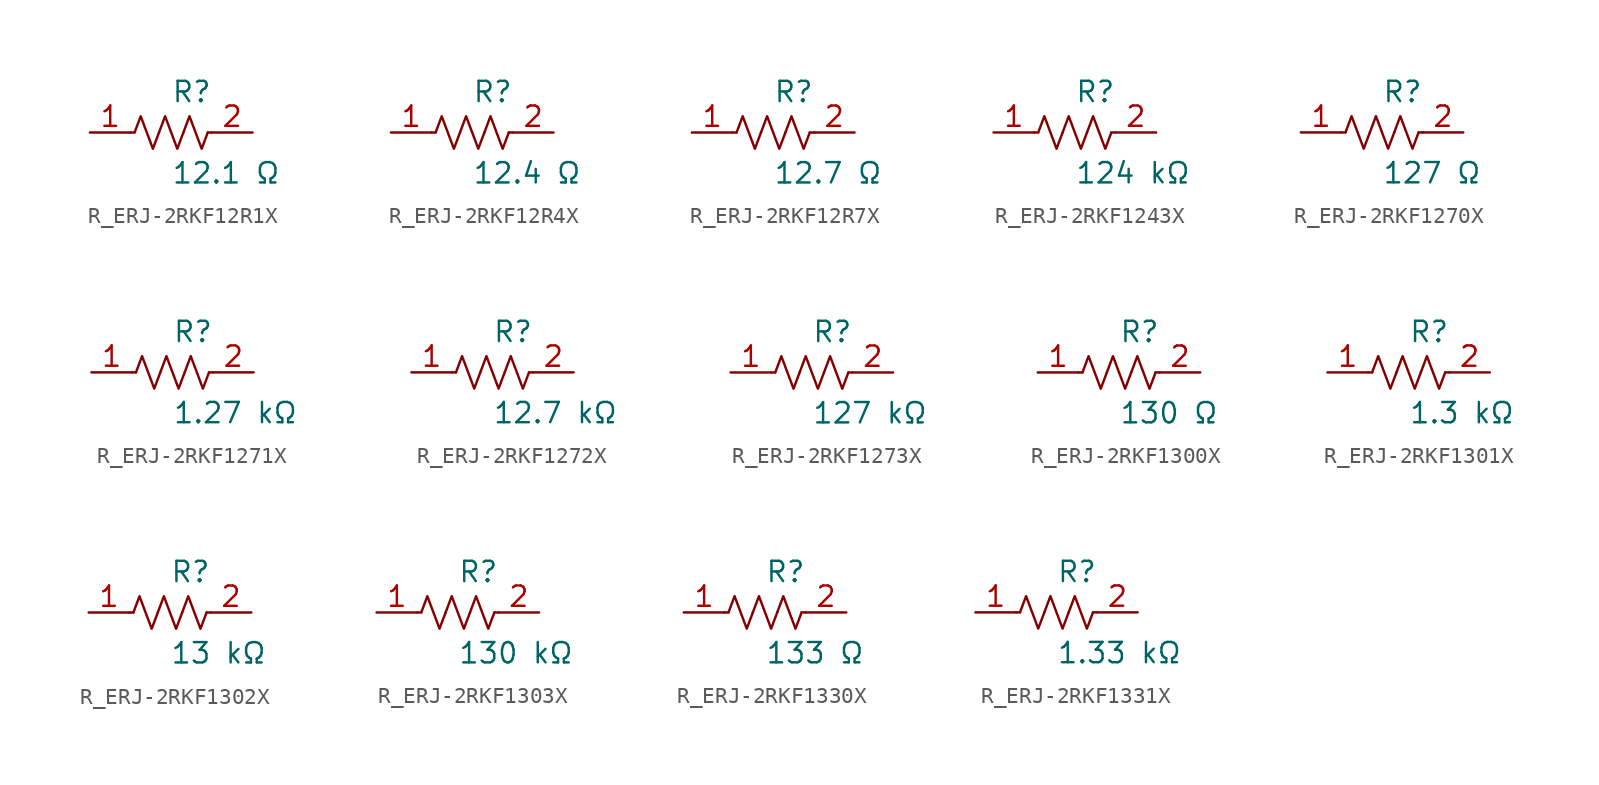
<source format=kicad_sym>
(kicad_symbol_lib
  (version 20231120)
  (generator kicad_symbol_editor)
  (generator_version 8.0)
  (symbol "R_ERJ-2RKF12R1X"
    (pin_names
      (offset 0.254))
    (property "Reference" "R"
      (at 0 2.54 0)
      (effects (font (size 1.27 1.27)) (justify left)))
    (property "Value" "12.1 Ω"
      (at 0 -2.54 0)
      (effects (font (size 1.27 1.27)) (justify left)))
    (symbol "R_ERJ-2RKF12R1X_0_1"
      (polyline (pts (xy 2.286 0) (xy 2.54 0)) (stroke (width 0) (type default)) (fill (type none)))
      (polyline (pts (xy -2.286 0) (xy -2.54 0)) (stroke (width 0) (type default)) (fill (type none)))
      (polyline (pts (xy 0.762 0) (xy 1.143 1.016) (xy 1.524 0) (xy 1.905 -1.016) (xy 2.286 0)) (stroke (width 0) (type default)) (fill (type none)))
      (polyline (pts (xy -0.762 0) (xy -0.381 1.016) (xy 0 0) (xy 0.381 -1.016) (xy 0.762 0)) (stroke (width 0) (type default)) (fill (type none)))
      (polyline (pts (xy -2.286 0) (xy -1.905 1.016) (xy -1.524 0) (xy -1.143 -1.016) (xy -0.762 0)) (stroke (width 0) (type default)) (fill (type none))))
    (pin unspecified line
      (at -5.08 0 0)
      (length 2.54)
      (name "" (effects (font (size 1.27 1.27))))
      (number "1" (effects (font (size 1.27 1.27)))))
    (pin unspecified line
      (at 5.08 0 180)
      (length 2.54)
      (name "" (effects (font (size 1.27 1.27))))
      (number "2" (effects (font (size 1.27 1.27))))))
  (symbol "R_ERJ-2RKF12R4X"
    (pin_names
      (offset 0.254))
    (property "Reference" "R"
      (at 0 2.54 0)
      (effects (font (size 1.27 1.27)) (justify left)))
    (property "Value" "12.4 Ω"
      (at 0 -2.54 0)
      (effects (font (size 1.27 1.27)) (justify left)))
    (symbol "R_ERJ-2RKF12R4X_0_1"
      (polyline (pts (xy 2.286 0) (xy 2.54 0)) (stroke (width 0) (type default)) (fill (type none)))
      (polyline (pts (xy -2.286 0) (xy -2.54 0)) (stroke (width 0) (type default)) (fill (type none)))
      (polyline (pts (xy 0.762 0) (xy 1.143 1.016) (xy 1.524 0) (xy 1.905 -1.016) (xy 2.286 0)) (stroke (width 0) (type default)) (fill (type none)))
      (polyline (pts (xy -0.762 0) (xy -0.381 1.016) (xy 0 0) (xy 0.381 -1.016) (xy 0.762 0)) (stroke (width 0) (type default)) (fill (type none)))
      (polyline (pts (xy -2.286 0) (xy -1.905 1.016) (xy -1.524 0) (xy -1.143 -1.016) (xy -0.762 0)) (stroke (width 0) (type default)) (fill (type none))))
    (pin unspecified line
      (at -5.08 0 0)
      (length 2.54)
      (name "" (effects (font (size 1.27 1.27))))
      (number "1" (effects (font (size 1.27 1.27)))))
    (pin unspecified line
      (at 5.08 0 180)
      (length 2.54)
      (name "" (effects (font (size 1.27 1.27))))
      (number "2" (effects (font (size 1.27 1.27))))))
  (symbol "R_ERJ-2RKF12R7X"
    (pin_names
      (offset 0.254))
    (property "Reference" "R"
      (at 0 2.54 0)
      (effects (font (size 1.27 1.27)) (justify left)))
    (property "Value" "12.7 Ω"
      (at 0 -2.54 0)
      (effects (font (size 1.27 1.27)) (justify left)))
    (symbol "R_ERJ-2RKF12R7X_0_1"
      (polyline (pts (xy 2.286 0) (xy 2.54 0)) (stroke (width 0) (type default)) (fill (type none)))
      (polyline (pts (xy -2.286 0) (xy -2.54 0)) (stroke (width 0) (type default)) (fill (type none)))
      (polyline (pts (xy 0.762 0) (xy 1.143 1.016) (xy 1.524 0) (xy 1.905 -1.016) (xy 2.286 0)) (stroke (width 0) (type default)) (fill (type none)))
      (polyline (pts (xy -0.762 0) (xy -0.381 1.016) (xy 0 0) (xy 0.381 -1.016) (xy 0.762 0)) (stroke (width 0) (type default)) (fill (type none)))
      (polyline (pts (xy -2.286 0) (xy -1.905 1.016) (xy -1.524 0) (xy -1.143 -1.016) (xy -0.762 0)) (stroke (width 0) (type default)) (fill (type none))))
    (pin unspecified line
      (at -5.08 0 0)
      (length 2.54)
      (name "" (effects (font (size 1.27 1.27))))
      (number "1" (effects (font (size 1.27 1.27)))))
    (pin unspecified line
      (at 5.08 0 180)
      (length 2.54)
      (name "" (effects (font (size 1.27 1.27))))
      (number "2" (effects (font (size 1.27 1.27))))))
  (symbol "R_ERJ-2RKF1243X"
    (pin_names
      (offset 0.254))
    (property "Reference" "R"
      (at 0 2.54 0)
      (effects (font (size 1.27 1.27)) (justify left)))
    (property "Value" "124 kΩ"
      (at 0 -2.54 0)
      (effects (font (size 1.27 1.27)) (justify left)))
    (symbol "R_ERJ-2RKF1243X_0_1"
      (polyline (pts (xy 2.286 0) (xy 2.54 0)) (stroke (width 0) (type default)) (fill (type none)))
      (polyline (pts (xy -2.286 0) (xy -2.54 0)) (stroke (width 0) (type default)) (fill (type none)))
      (polyline (pts (xy 0.762 0) (xy 1.143 1.016) (xy 1.524 0) (xy 1.905 -1.016) (xy 2.286 0)) (stroke (width 0) (type default)) (fill (type none)))
      (polyline (pts (xy -0.762 0) (xy -0.381 1.016) (xy 0 0) (xy 0.381 -1.016) (xy 0.762 0)) (stroke (width 0) (type default)) (fill (type none)))
      (polyline (pts (xy -2.286 0) (xy -1.905 1.016) (xy -1.524 0) (xy -1.143 -1.016) (xy -0.762 0)) (stroke (width 0) (type default)) (fill (type none))))
    (pin unspecified line
      (at -5.08 0 0)
      (length 2.54)
      (name "" (effects (font (size 1.27 1.27))))
      (number "1" (effects (font (size 1.27 1.27)))))
    (pin unspecified line
      (at 5.08 0 180)
      (length 2.54)
      (name "" (effects (font (size 1.27 1.27))))
      (number "2" (effects (font (size 1.27 1.27))))))
  (symbol "R_ERJ-2RKF1270X"
    (pin_names
      (offset 0.254))
    (property "Reference" "R"
      (at 0 2.54 0)
      (effects (font (size 1.27 1.27)) (justify left)))
    (property "Value" "127 Ω"
      (at 0 -2.54 0)
      (effects (font (size 1.27 1.27)) (justify left)))
    (symbol "R_ERJ-2RKF1270X_0_1"
      (polyline (pts (xy 2.286 0) (xy 2.54 0)) (stroke (width 0) (type default)) (fill (type none)))
      (polyline (pts (xy -2.286 0) (xy -2.54 0)) (stroke (width 0) (type default)) (fill (type none)))
      (polyline (pts (xy 0.762 0) (xy 1.143 1.016) (xy 1.524 0) (xy 1.905 -1.016) (xy 2.286 0)) (stroke (width 0) (type default)) (fill (type none)))
      (polyline (pts (xy -0.762 0) (xy -0.381 1.016) (xy 0 0) (xy 0.381 -1.016) (xy 0.762 0)) (stroke (width 0) (type default)) (fill (type none)))
      (polyline (pts (xy -2.286 0) (xy -1.905 1.016) (xy -1.524 0) (xy -1.143 -1.016) (xy -0.762 0)) (stroke (width 0) (type default)) (fill (type none))))
    (pin unspecified line
      (at -5.08 0 0)
      (length 2.54)
      (name "" (effects (font (size 1.27 1.27))))
      (number "1" (effects (font (size 1.27 1.27)))))
    (pin unspecified line
      (at 5.08 0 180)
      (length 2.54)
      (name "" (effects (font (size 1.27 1.27))))
      (number "2" (effects (font (size 1.27 1.27))))))
  (symbol "R_ERJ-2RKF1271X"
    (pin_names
      (offset 0.254))
    (property "Reference" "R"
      (at 0 2.54 0)
      (effects (font (size 1.27 1.27)) (justify left)))
    (property "Value" "1.27 kΩ"
      (at 0 -2.54 0)
      (effects (font (size 1.27 1.27)) (justify left)))
    (symbol "R_ERJ-2RKF1271X_0_1"
      (polyline (pts (xy 2.286 0) (xy 2.54 0)) (stroke (width 0) (type default)) (fill (type none)))
      (polyline (pts (xy -2.286 0) (xy -2.54 0)) (stroke (width 0) (type default)) (fill (type none)))
      (polyline (pts (xy 0.762 0) (xy 1.143 1.016) (xy 1.524 0) (xy 1.905 -1.016) (xy 2.286 0)) (stroke (width 0) (type default)) (fill (type none)))
      (polyline (pts (xy -0.762 0) (xy -0.381 1.016) (xy 0 0) (xy 0.381 -1.016) (xy 0.762 0)) (stroke (width 0) (type default)) (fill (type none)))
      (polyline (pts (xy -2.286 0) (xy -1.905 1.016) (xy -1.524 0) (xy -1.143 -1.016) (xy -0.762 0)) (stroke (width 0) (type default)) (fill (type none))))
    (pin unspecified line
      (at -5.08 0 0)
      (length 2.54)
      (name "" (effects (font (size 1.27 1.27))))
      (number "1" (effects (font (size 1.27 1.27)))))
    (pin unspecified line
      (at 5.08 0 180)
      (length 2.54)
      (name "" (effects (font (size 1.27 1.27))))
      (number "2" (effects (font (size 1.27 1.27))))))
  (symbol "R_ERJ-2RKF1272X"
    (pin_names
      (offset 0.254))
    (property "Reference" "R"
      (at 0 2.54 0)
      (effects (font (size 1.27 1.27)) (justify left)))
    (property "Value" "12.7 kΩ"
      (at 0 -2.54 0)
      (effects (font (size 1.27 1.27)) (justify left)))
    (symbol "R_ERJ-2RKF1272X_0_1"
      (polyline (pts (xy 2.286 0) (xy 2.54 0)) (stroke (width 0) (type default)) (fill (type none)))
      (polyline (pts (xy -2.286 0) (xy -2.54 0)) (stroke (width 0) (type default)) (fill (type none)))
      (polyline (pts (xy 0.762 0) (xy 1.143 1.016) (xy 1.524 0) (xy 1.905 -1.016) (xy 2.286 0)) (stroke (width 0) (type default)) (fill (type none)))
      (polyline (pts (xy -0.762 0) (xy -0.381 1.016) (xy 0 0) (xy 0.381 -1.016) (xy 0.762 0)) (stroke (width 0) (type default)) (fill (type none)))
      (polyline (pts (xy -2.286 0) (xy -1.905 1.016) (xy -1.524 0) (xy -1.143 -1.016) (xy -0.762 0)) (stroke (width 0) (type default)) (fill (type none))))
    (pin unspecified line
      (at -5.08 0 0)
      (length 2.54)
      (name "" (effects (font (size 1.27 1.27))))
      (number "1" (effects (font (size 1.27 1.27)))))
    (pin unspecified line
      (at 5.08 0 180)
      (length 2.54)
      (name "" (effects (font (size 1.27 1.27))))
      (number "2" (effects (font (size 1.27 1.27))))))
  (symbol "R_ERJ-2RKF1273X"
    (pin_names
      (offset 0.254))
    (property "Reference" "R"
      (at 0 2.54 0)
      (effects (font (size 1.27 1.27)) (justify left)))
    (property "Value" "127 kΩ"
      (at 0 -2.54 0)
      (effects (font (size 1.27 1.27)) (justify left)))
    (symbol "R_ERJ-2RKF1273X_0_1"
      (polyline (pts (xy 2.286 0) (xy 2.54 0)) (stroke (width 0) (type default)) (fill (type none)))
      (polyline (pts (xy -2.286 0) (xy -2.54 0)) (stroke (width 0) (type default)) (fill (type none)))
      (polyline (pts (xy 0.762 0) (xy 1.143 1.016) (xy 1.524 0) (xy 1.905 -1.016) (xy 2.286 0)) (stroke (width 0) (type default)) (fill (type none)))
      (polyline (pts (xy -0.762 0) (xy -0.381 1.016) (xy 0 0) (xy 0.381 -1.016) (xy 0.762 0)) (stroke (width 0) (type default)) (fill (type none)))
      (polyline (pts (xy -2.286 0) (xy -1.905 1.016) (xy -1.524 0) (xy -1.143 -1.016) (xy -0.762 0)) (stroke (width 0) (type default)) (fill (type none))))
    (pin unspecified line
      (at -5.08 0 0)
      (length 2.54)
      (name "" (effects (font (size 1.27 1.27))))
      (number "1" (effects (font (size 1.27 1.27)))))
    (pin unspecified line
      (at 5.08 0 180)
      (length 2.54)
      (name "" (effects (font (size 1.27 1.27))))
      (number "2" (effects (font (size 1.27 1.27))))))
  (symbol "R_ERJ-2RKF1300X"
    (pin_names
      (offset 0.254))
    (property "Reference" "R"
      (at 0 2.54 0)
      (effects (font (size 1.27 1.27)) (justify left)))
    (property "Value" "130 Ω"
      (at 0 -2.54 0)
      (effects (font (size 1.27 1.27)) (justify left)))
    (symbol "R_ERJ-2RKF1300X_0_1"
      (polyline (pts (xy 2.286 0) (xy 2.54 0)) (stroke (width 0) (type default)) (fill (type none)))
      (polyline (pts (xy -2.286 0) (xy -2.54 0)) (stroke (width 0) (type default)) (fill (type none)))
      (polyline (pts (xy 0.762 0) (xy 1.143 1.016) (xy 1.524 0) (xy 1.905 -1.016) (xy 2.286 0)) (stroke (width 0) (type default)) (fill (type none)))
      (polyline (pts (xy -0.762 0) (xy -0.381 1.016) (xy 0 0) (xy 0.381 -1.016) (xy 0.762 0)) (stroke (width 0) (type default)) (fill (type none)))
      (polyline (pts (xy -2.286 0) (xy -1.905 1.016) (xy -1.524 0) (xy -1.143 -1.016) (xy -0.762 0)) (stroke (width 0) (type default)) (fill (type none))))
    (pin unspecified line
      (at -5.08 0 0)
      (length 2.54)
      (name "" (effects (font (size 1.27 1.27))))
      (number "1" (effects (font (size 1.27 1.27)))))
    (pin unspecified line
      (at 5.08 0 180)
      (length 2.54)
      (name "" (effects (font (size 1.27 1.27))))
      (number "2" (effects (font (size 1.27 1.27))))))
  (symbol "R_ERJ-2RKF1301X"
    (pin_names
      (offset 0.254))
    (property "Reference" "R"
      (at 0 2.54 0)
      (effects (font (size 1.27 1.27)) (justify left)))
    (property "Value" "1.3 kΩ"
      (at 0 -2.54 0)
      (effects (font (size 1.27 1.27)) (justify left)))
    (symbol "R_ERJ-2RKF1301X_0_1"
      (polyline (pts (xy 2.286 0) (xy 2.54 0)) (stroke (width 0) (type default)) (fill (type none)))
      (polyline (pts (xy -2.286 0) (xy -2.54 0)) (stroke (width 0) (type default)) (fill (type none)))
      (polyline (pts (xy 0.762 0) (xy 1.143 1.016) (xy 1.524 0) (xy 1.905 -1.016) (xy 2.286 0)) (stroke (width 0) (type default)) (fill (type none)))
      (polyline (pts (xy -0.762 0) (xy -0.381 1.016) (xy 0 0) (xy 0.381 -1.016) (xy 0.762 0)) (stroke (width 0) (type default)) (fill (type none)))
      (polyline (pts (xy -2.286 0) (xy -1.905 1.016) (xy -1.524 0) (xy -1.143 -1.016) (xy -0.762 0)) (stroke (width 0) (type default)) (fill (type none))))
    (pin unspecified line
      (at -5.08 0 0)
      (length 2.54)
      (name "" (effects (font (size 1.27 1.27))))
      (number "1" (effects (font (size 1.27 1.27)))))
    (pin unspecified line
      (at 5.08 0 180)
      (length 2.54)
      (name "" (effects (font (size 1.27 1.27))))
      (number "2" (effects (font (size 1.27 1.27))))))
  (symbol "R_ERJ-2RKF1302X"
    (pin_names
      (offset 0.254))
    (property "Reference" "R"
      (at 0 2.54 0)
      (effects (font (size 1.27 1.27)) (justify left)))
    (property "Value" "13 kΩ"
      (at 0 -2.54 0)
      (effects (font (size 1.27 1.27)) (justify left)))
    (symbol "R_ERJ-2RKF1302X_0_1"
      (polyline (pts (xy 2.286 0) (xy 2.54 0)) (stroke (width 0) (type default)) (fill (type none)))
      (polyline (pts (xy -2.286 0) (xy -2.54 0)) (stroke (width 0) (type default)) (fill (type none)))
      (polyline (pts (xy 0.762 0) (xy 1.143 1.016) (xy 1.524 0) (xy 1.905 -1.016) (xy 2.286 0)) (stroke (width 0) (type default)) (fill (type none)))
      (polyline (pts (xy -0.762 0) (xy -0.381 1.016) (xy 0 0) (xy 0.381 -1.016) (xy 0.762 0)) (stroke (width 0) (type default)) (fill (type none)))
      (polyline (pts (xy -2.286 0) (xy -1.905 1.016) (xy -1.524 0) (xy -1.143 -1.016) (xy -0.762 0)) (stroke (width 0) (type default)) (fill (type none))))
    (pin unspecified line
      (at -5.08 0 0)
      (length 2.54)
      (name "" (effects (font (size 1.27 1.27))))
      (number "1" (effects (font (size 1.27 1.27)))))
    (pin unspecified line
      (at 5.08 0 180)
      (length 2.54)
      (name "" (effects (font (size 1.27 1.27))))
      (number "2" (effects (font (size 1.27 1.27))))))
  (symbol "R_ERJ-2RKF1303X"
    (pin_names
      (offset 0.254))
    (property "Reference" "R"
      (at 0 2.54 0)
      (effects (font (size 1.27 1.27)) (justify left)))
    (property "Value" "130 kΩ"
      (at 0 -2.54 0)
      (effects (font (size 1.27 1.27)) (justify left)))
    (symbol "R_ERJ-2RKF1303X_0_1"
      (polyline (pts (xy 2.286 0) (xy 2.54 0)) (stroke (width 0) (type default)) (fill (type none)))
      (polyline (pts (xy -2.286 0) (xy -2.54 0)) (stroke (width 0) (type default)) (fill (type none)))
      (polyline (pts (xy 0.762 0) (xy 1.143 1.016) (xy 1.524 0) (xy 1.905 -1.016) (xy 2.286 0)) (stroke (width 0) (type default)) (fill (type none)))
      (polyline (pts (xy -0.762 0) (xy -0.381 1.016) (xy 0 0) (xy 0.381 -1.016) (xy 0.762 0)) (stroke (width 0) (type default)) (fill (type none)))
      (polyline (pts (xy -2.286 0) (xy -1.905 1.016) (xy -1.524 0) (xy -1.143 -1.016) (xy -0.762 0)) (stroke (width 0) (type default)) (fill (type none))))
    (pin unspecified line
      (at -5.08 0 0)
      (length 2.54)
      (name "" (effects (font (size 1.27 1.27))))
      (number "1" (effects (font (size 1.27 1.27)))))
    (pin unspecified line
      (at 5.08 0 180)
      (length 2.54)
      (name "" (effects (font (size 1.27 1.27))))
      (number "2" (effects (font (size 1.27 1.27))))))
  (symbol "R_ERJ-2RKF1330X"
    (pin_names
      (offset 0.254))
    (property "Reference" "R"
      (at 0 2.54 0)
      (effects (font (size 1.27 1.27)) (justify left)))
    (property "Value" "133 Ω"
      (at 0 -2.54 0)
      (effects (font (size 1.27 1.27)) (justify left)))
    (symbol "R_ERJ-2RKF1330X_0_1"
      (polyline (pts (xy 2.286 0) (xy 2.54 0)) (stroke (width 0) (type default)) (fill (type none)))
      (polyline (pts (xy -2.286 0) (xy -2.54 0)) (stroke (width 0) (type default)) (fill (type none)))
      (polyline (pts (xy 0.762 0) (xy 1.143 1.016) (xy 1.524 0) (xy 1.905 -1.016) (xy 2.286 0)) (stroke (width 0) (type default)) (fill (type none)))
      (polyline (pts (xy -0.762 0) (xy -0.381 1.016) (xy 0 0) (xy 0.381 -1.016) (xy 0.762 0)) (stroke (width 0) (type default)) (fill (type none)))
      (polyline (pts (xy -2.286 0) (xy -1.905 1.016) (xy -1.524 0) (xy -1.143 -1.016) (xy -0.762 0)) (stroke (width 0) (type default)) (fill (type none))))
    (pin unspecified line
      (at -5.08 0 0)
      (length 2.54)
      (name "" (effects (font (size 1.27 1.27))))
      (number "1" (effects (font (size 1.27 1.27)))))
    (pin unspecified line
      (at 5.08 0 180)
      (length 2.54)
      (name "" (effects (font (size 1.27 1.27))))
      (number "2" (effects (font (size 1.27 1.27))))))
  (symbol "R_ERJ-2RKF1331X"
    (pin_names
      (offset 0.254))
    (property "Reference" "R"
      (at 0 2.54 0)
      (effects (font (size 1.27 1.27)) (justify left)))
    (property "Value" "1.33 kΩ"
      (at 0 -2.54 0)
      (effects (font (size 1.27 1.27)) (justify left)))
    (symbol "R_ERJ-2RKF1331X_0_1"
      (polyline (pts (xy 2.286 0) (xy 2.54 0)) (stroke (width 0) (type default)) (fill (type none)))
      (polyline (pts (xy -2.286 0) (xy -2.54 0)) (stroke (width 0) (type default)) (fill (type none)))
      (polyline (pts (xy 0.762 0) (xy 1.143 1.016) (xy 1.524 0) (xy 1.905 -1.016) (xy 2.286 0)) (stroke (width 0) (type default)) (fill (type none)))
      (polyline (pts (xy -0.762 0) (xy -0.381 1.016) (xy 0 0) (xy 0.381 -1.016) (xy 0.762 0)) (stroke (width 0) (type default)) (fill (type none)))
      (polyline (pts (xy -2.286 0) (xy -1.905 1.016) (xy -1.524 0) (xy -1.143 -1.016) (xy -0.762 0)) (stroke (width 0) (type default)) (fill (type none))))
    (pin unspecified line
      (at -5.08 0 0)
      (length 2.54)
      (name "" (effects (font (size 1.27 1.27))))
      (number "1" (effects (font (size 1.27 1.27)))))
    (pin unspecified line
      (at 5.08 0 180)
      (length 2.54)
      (name "" (effects (font (size 1.27 1.27))))
      (number "2" (effects (font (size 1.27 1.27)))))))
</source>
